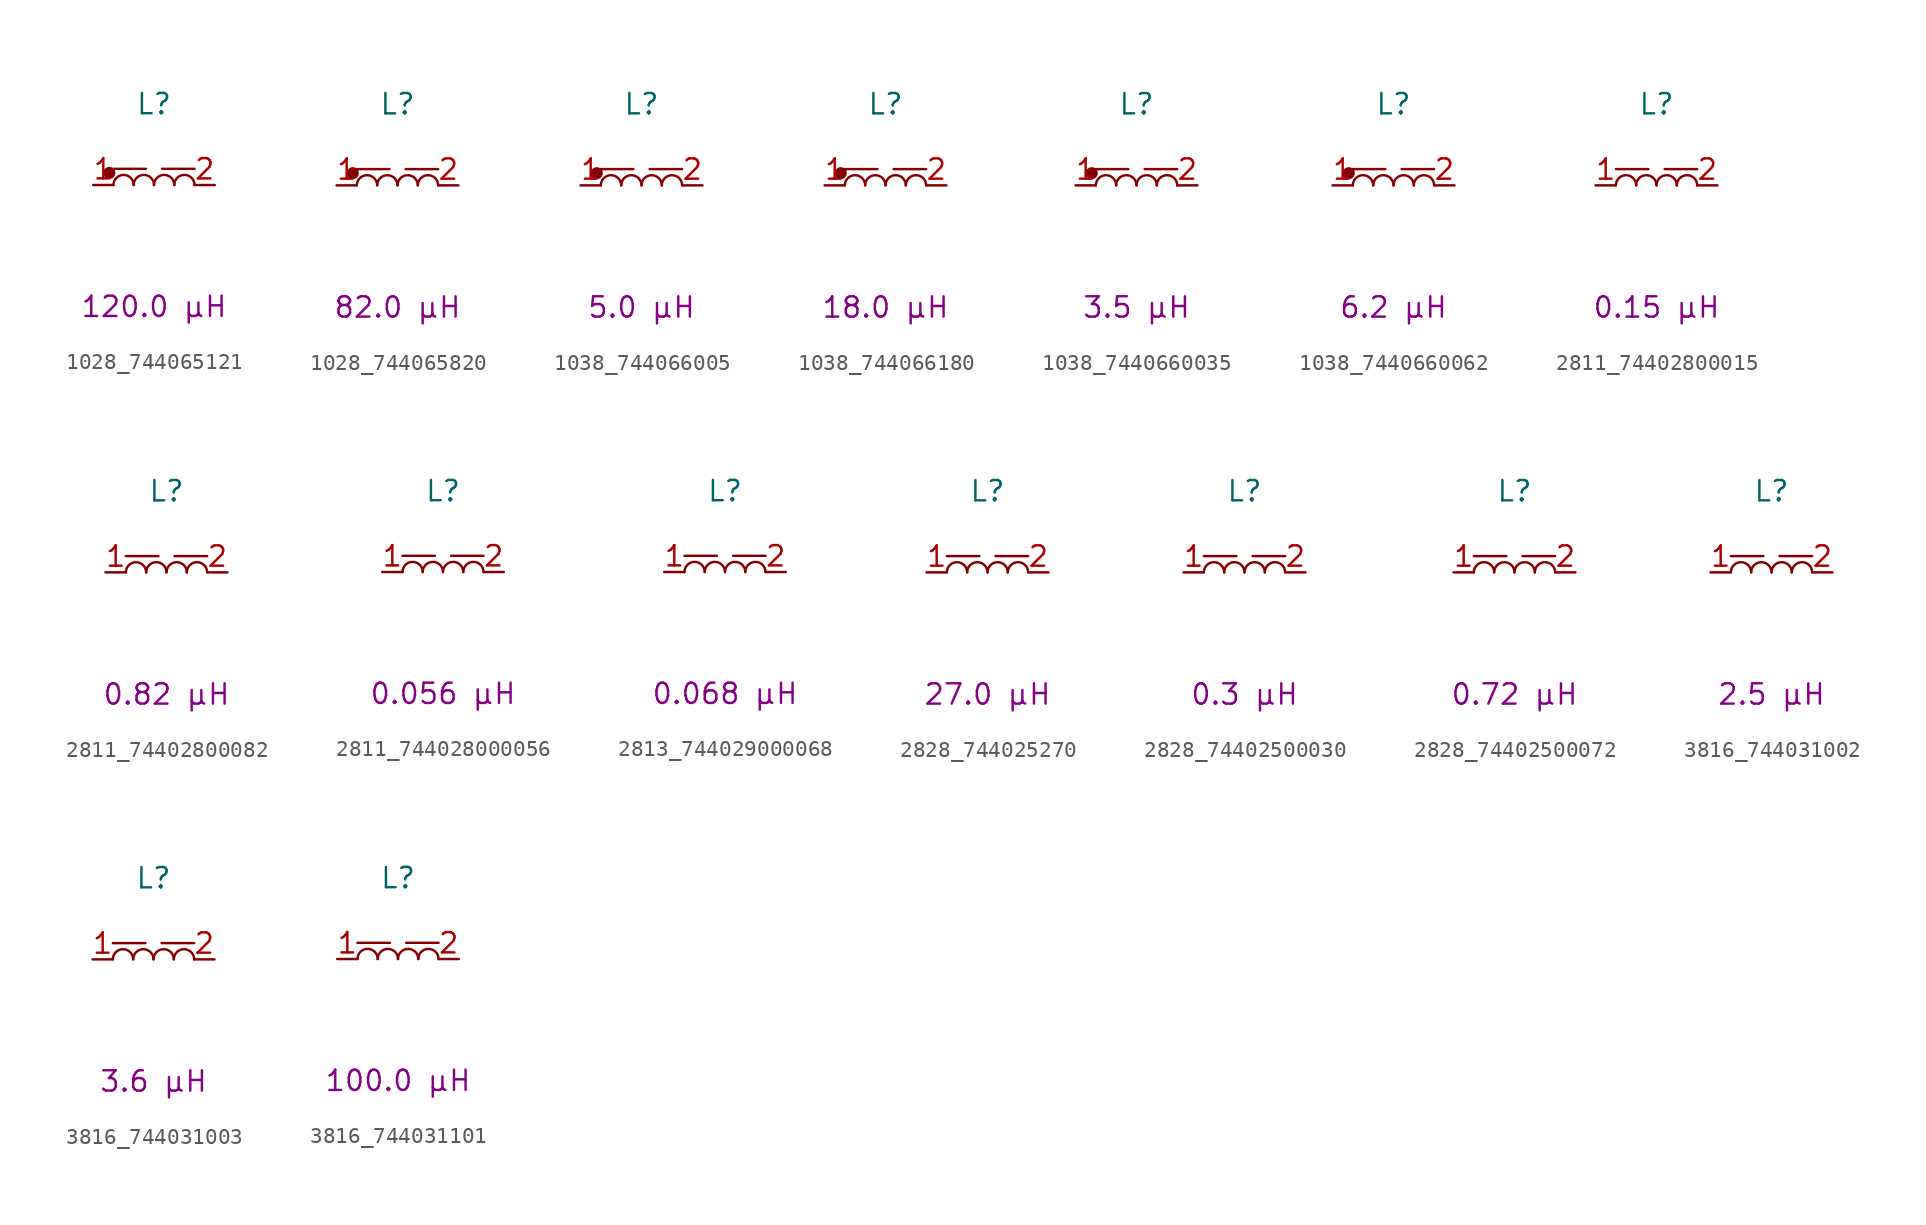
<source format=kicad_sym>
(kicad_symbol_lib
  (version 20220914)
  (generator kicad_symbol_editor)
  (symbol "1028_744065121"
    (pin_names hide)
    (property "Reference" "L"
      (at 0 5.08 0)
      (effects (font (size 1.27 1.27))))
    (property "Critical Parameter" "120.0 µH"
      (at 0 -7.62 0)
      (effects (font (size 1.27 1.27))))
    (symbol "1028_744065121_0_1"
      (arc (start -1.27 0) (mid -1.905 0.6323) (end -2.54 0) (stroke (width 0) (type default)) (fill (type none)))
      (arc (start 0 0) (mid -0.635 0.6323) (end -1.27 0) (stroke (width 0) (type default)) (fill (type none)))
      (polyline (pts (xy -2.54 1.016) (xy -0.508 1.016)) (stroke (width 0) (type default)) (fill (type none)))
      (arc (start 1.27 0) (mid 0.635 0.6323) (end 0 0) (stroke (width 0) (type default)) (fill (type none)))
      (arc (start 2.54 0) (mid 1.905 0.6323) (end 1.27 0) (stroke (width 0) (type default)) (fill (type none))))
    (symbol "1028_744065121_1_1"
      (circle (center -2.794 0.762) (radius 0.0001) (stroke (width 0.381) (type default)) (fill (type none)))
      (polyline (pts (xy 2.54 1.016) (xy 0.508 1.016)) (stroke (width 0) (type default)) (fill (type none)))
      (pin passive line (at -3.81 0 0) (length 1.27) (name "1" (effects (font (size 1.27 1.27)))) (number "1" (effects (font (size 1.27 1.27)))))
      (pin passive line (at 3.81 0 180) (length 1.27) (name "2" (effects (font (size 1.27 1.27)))) (number "2" (effects (font (size 1.27 1.27)))))))
  (symbol "1028_744065820"
    (pin_names hide)
    (property "Reference" "L"
      (at 0 5.08 0)
      (effects (font (size 1.27 1.27))))
    (property "Critical Parameter" "82.0 µH"
      (at 0 -7.62 0)
      (effects (font (size 1.27 1.27))))
    (symbol "1028_744065820_0_1"
      (arc (start -1.27 0) (mid -1.905 0.6323) (end -2.54 0) (stroke (width 0) (type default)) (fill (type none)))
      (arc (start 0 0) (mid -0.635 0.6323) (end -1.27 0) (stroke (width 0) (type default)) (fill (type none)))
      (polyline (pts (xy -2.54 1.016) (xy -0.508 1.016)) (stroke (width 0) (type default)) (fill (type none)))
      (arc (start 1.27 0) (mid 0.635 0.6323) (end 0 0) (stroke (width 0) (type default)) (fill (type none)))
      (arc (start 2.54 0) (mid 1.905 0.6323) (end 1.27 0) (stroke (width 0) (type default)) (fill (type none))))
    (symbol "1028_744065820_1_1"
      (circle (center -2.794 0.762) (radius 0.0001) (stroke (width 0.381) (type default)) (fill (type none)))
      (polyline (pts (xy 2.54 1.016) (xy 0.508 1.016)) (stroke (width 0) (type default)) (fill (type none)))
      (pin passive line (at -3.81 0 0) (length 1.27) (name "1" (effects (font (size 1.27 1.27)))) (number "1" (effects (font (size 1.27 1.27)))))
      (pin passive line (at 3.81 0 180) (length 1.27) (name "2" (effects (font (size 1.27 1.27)))) (number "2" (effects (font (size 1.27 1.27)))))))
  (symbol "1038_744066005"
    (pin_names hide)
    (property "Reference" "L"
      (at 0 5.08 0)
      (effects (font (size 1.27 1.27))))
    (property "Critical Parameter" "5.0 µH"
      (at 0 -7.62 0)
      (effects (font (size 1.27 1.27))))
    (symbol "1038_744066005_0_1"
      (arc (start -1.27 0) (mid -1.905 0.6323) (end -2.54 0) (stroke (width 0) (type default)) (fill (type none)))
      (arc (start 0 0) (mid -0.635 0.6323) (end -1.27 0) (stroke (width 0) (type default)) (fill (type none)))
      (polyline (pts (xy -2.54 1.016) (xy -0.508 1.016)) (stroke (width 0) (type default)) (fill (type none)))
      (arc (start 1.27 0) (mid 0.635 0.6323) (end 0 0) (stroke (width 0) (type default)) (fill (type none)))
      (arc (start 2.54 0) (mid 1.905 0.6323) (end 1.27 0) (stroke (width 0) (type default)) (fill (type none))))
    (symbol "1038_744066005_1_1"
      (circle (center -2.794 0.762) (radius 0.0001) (stroke (width 0.381) (type default)) (fill (type none)))
      (polyline (pts (xy 2.54 1.016) (xy 0.508 1.016)) (stroke (width 0) (type default)) (fill (type none)))
      (pin passive line (at -3.81 0 0) (length 1.27) (name "1" (effects (font (size 1.27 1.27)))) (number "1" (effects (font (size 1.27 1.27)))))
      (pin passive line (at 3.81 0 180) (length 1.27) (name "2" (effects (font (size 1.27 1.27)))) (number "2" (effects (font (size 1.27 1.27)))))))
  (symbol "1038_744066180"
    (pin_names hide)
    (property "Reference" "L"
      (at 0 5.08 0)
      (effects (font (size 1.27 1.27))))
    (property "Critical Parameter" "18.0 µH"
      (at 0 -7.62 0)
      (effects (font (size 1.27 1.27))))
    (symbol "1038_744066180_0_1"
      (arc (start -1.27 0) (mid -1.905 0.6323) (end -2.54 0) (stroke (width 0) (type default)) (fill (type none)))
      (arc (start 0 0) (mid -0.635 0.6323) (end -1.27 0) (stroke (width 0) (type default)) (fill (type none)))
      (polyline (pts (xy -2.54 1.016) (xy -0.508 1.016)) (stroke (width 0) (type default)) (fill (type none)))
      (arc (start 1.27 0) (mid 0.635 0.6323) (end 0 0) (stroke (width 0) (type default)) (fill (type none)))
      (arc (start 2.54 0) (mid 1.905 0.6323) (end 1.27 0) (stroke (width 0) (type default)) (fill (type none))))
    (symbol "1038_744066180_1_1"
      (circle (center -2.794 0.762) (radius 0.0001) (stroke (width 0.381) (type default)) (fill (type none)))
      (polyline (pts (xy 2.54 1.016) (xy 0.508 1.016)) (stroke (width 0) (type default)) (fill (type none)))
      (pin passive line (at -3.81 0 0) (length 1.27) (name "1" (effects (font (size 1.27 1.27)))) (number "1" (effects (font (size 1.27 1.27)))))
      (pin passive line (at 3.81 0 180) (length 1.27) (name "2" (effects (font (size 1.27 1.27)))) (number "2" (effects (font (size 1.27 1.27)))))))
  (symbol "1038_7440660035"
    (pin_names hide)
    (property "Reference" "L"
      (at 0 5.08 0)
      (effects (font (size 1.27 1.27))))
    (property "Critical Parameter" "3.5 µH"
      (at 0 -7.62 0)
      (effects (font (size 1.27 1.27))))
    (symbol "1038_7440660035_0_1"
      (arc (start -1.27 0) (mid -1.905 0.6323) (end -2.54 0) (stroke (width 0) (type default)) (fill (type none)))
      (arc (start 0 0) (mid -0.635 0.6323) (end -1.27 0) (stroke (width 0) (type default)) (fill (type none)))
      (polyline (pts (xy -2.54 1.016) (xy -0.508 1.016)) (stroke (width 0) (type default)) (fill (type none)))
      (arc (start 1.27 0) (mid 0.635 0.6323) (end 0 0) (stroke (width 0) (type default)) (fill (type none)))
      (arc (start 2.54 0) (mid 1.905 0.6323) (end 1.27 0) (stroke (width 0) (type default)) (fill (type none))))
    (symbol "1038_7440660035_1_1"
      (circle (center -2.794 0.762) (radius 0.0001) (stroke (width 0.381) (type default)) (fill (type none)))
      (polyline (pts (xy 2.54 1.016) (xy 0.508 1.016)) (stroke (width 0) (type default)) (fill (type none)))
      (pin passive line (at -3.81 0 0) (length 1.27) (name "1" (effects (font (size 1.27 1.27)))) (number "1" (effects (font (size 1.27 1.27)))))
      (pin passive line (at 3.81 0 180) (length 1.27) (name "2" (effects (font (size 1.27 1.27)))) (number "2" (effects (font (size 1.27 1.27)))))))
  (symbol "1038_7440660062"
    (pin_names hide)
    (property "Reference" "L"
      (at 0 5.08 0)
      (effects (font (size 1.27 1.27))))
    (property "Critical Parameter" "6.2 µH"
      (at 0 -7.62 0)
      (effects (font (size 1.27 1.27))))
    (symbol "1038_7440660062_0_1"
      (arc (start -1.27 0) (mid -1.905 0.6323) (end -2.54 0) (stroke (width 0) (type default)) (fill (type none)))
      (arc (start 0 0) (mid -0.635 0.6323) (end -1.27 0) (stroke (width 0) (type default)) (fill (type none)))
      (polyline (pts (xy -2.54 1.016) (xy -0.508 1.016)) (stroke (width 0) (type default)) (fill (type none)))
      (arc (start 1.27 0) (mid 0.635 0.6323) (end 0 0) (stroke (width 0) (type default)) (fill (type none)))
      (arc (start 2.54 0) (mid 1.905 0.6323) (end 1.27 0) (stroke (width 0) (type default)) (fill (type none))))
    (symbol "1038_7440660062_1_1"
      (circle (center -2.794 0.762) (radius 0.0001) (stroke (width 0.381) (type default)) (fill (type none)))
      (polyline (pts (xy 2.54 1.016) (xy 0.508 1.016)) (stroke (width 0) (type default)) (fill (type none)))
      (pin passive line (at -3.81 0 0) (length 1.27) (name "1" (effects (font (size 1.27 1.27)))) (number "1" (effects (font (size 1.27 1.27)))))
      (pin passive line (at 3.81 0 180) (length 1.27) (name "2" (effects (font (size 1.27 1.27)))) (number "2" (effects (font (size 1.27 1.27)))))))
  (symbol "2811_74402800015"
    (pin_names hide)
    (property "Reference" "L"
      (at 0 5.08 0)
      (effects (font (size 1.27 1.27))))
    (property "Critical Parameter" "0.15 µH"
      (at 0 -7.62 0)
      (effects (font (size 1.27 1.27))))
    (symbol "2811_74402800015_0_1"
      (arc (start -1.27 0) (mid -1.905 0.6323) (end -2.54 0) (stroke (width 0) (type default)) (fill (type none)))
      (arc (start 0 0) (mid -0.635 0.6323) (end -1.27 0) (stroke (width 0) (type default)) (fill (type none)))
      (polyline (pts (xy -2.54 1.016) (xy -0.508 1.016)) (stroke (width 0) (type default)) (fill (type none)))
      (arc (start 1.27 0) (mid 0.635 0.6323) (end 0 0) (stroke (width 0) (type default)) (fill (type none)))
      (arc (start 2.54 0) (mid 1.905 0.6323) (end 1.27 0) (stroke (width 0) (type default)) (fill (type none))))
    (symbol "2811_74402800015_1_1"
      (polyline (pts (xy 2.54 1.016) (xy 0.508 1.016)) (stroke (width 0) (type default)) (fill (type none)))
      (pin passive line (at -3.81 0 0) (length 1.27) (name "1" (effects (font (size 1.27 1.27)))) (number "1" (effects (font (size 1.27 1.27)))))
      (pin passive line (at 3.81 0 180) (length 1.27) (name "2" (effects (font (size 1.27 1.27)))) (number "2" (effects (font (size 1.27 1.27)))))))
  (symbol "2811_74402800082"
    (pin_names hide)
    (property "Reference" "L"
      (at 0 5.08 0)
      (effects (font (size 1.27 1.27))))
    (property "Critical Parameter" "0.82 µH"
      (at 0 -7.62 0)
      (effects (font (size 1.27 1.27))))
    (symbol "2811_74402800082_0_1"
      (arc (start -1.27 0) (mid -1.905 0.6323) (end -2.54 0) (stroke (width 0) (type default)) (fill (type none)))
      (arc (start 0 0) (mid -0.635 0.6323) (end -1.27 0) (stroke (width 0) (type default)) (fill (type none)))
      (polyline (pts (xy -2.54 1.016) (xy -0.508 1.016)) (stroke (width 0) (type default)) (fill (type none)))
      (arc (start 1.27 0) (mid 0.635 0.6323) (end 0 0) (stroke (width 0) (type default)) (fill (type none)))
      (arc (start 2.54 0) (mid 1.905 0.6323) (end 1.27 0) (stroke (width 0) (type default)) (fill (type none))))
    (symbol "2811_74402800082_1_1"
      (polyline (pts (xy 2.54 1.016) (xy 0.508 1.016)) (stroke (width 0) (type default)) (fill (type none)))
      (pin passive line (at -3.81 0 0) (length 1.27) (name "1" (effects (font (size 1.27 1.27)))) (number "1" (effects (font (size 1.27 1.27)))))
      (pin passive line (at 3.81 0 180) (length 1.27) (name "2" (effects (font (size 1.27 1.27)))) (number "2" (effects (font (size 1.27 1.27)))))))
  (symbol "2811_744028000056"
    (pin_names hide)
    (property "Reference" "L"
      (at 0 5.08 0)
      (effects (font (size 1.27 1.27))))
    (property "Critical Parameter" "0.056 µH"
      (at 0 -7.62 0)
      (effects (font (size 1.27 1.27))))
    (symbol "2811_744028000056_0_1"
      (arc (start -1.27 0) (mid -1.905 0.6323) (end -2.54 0) (stroke (width 0) (type default)) (fill (type none)))
      (arc (start 0 0) (mid -0.635 0.6323) (end -1.27 0) (stroke (width 0) (type default)) (fill (type none)))
      (polyline (pts (xy -2.54 1.016) (xy -0.508 1.016)) (stroke (width 0) (type default)) (fill (type none)))
      (arc (start 1.27 0) (mid 0.635 0.6323) (end 0 0) (stroke (width 0) (type default)) (fill (type none)))
      (arc (start 2.54 0) (mid 1.905 0.6323) (end 1.27 0) (stroke (width 0) (type default)) (fill (type none))))
    (symbol "2811_744028000056_1_1"
      (polyline (pts (xy 2.54 1.016) (xy 0.508 1.016)) (stroke (width 0) (type default)) (fill (type none)))
      (pin passive line (at -3.81 0 0) (length 1.27) (name "1" (effects (font (size 1.27 1.27)))) (number "1" (effects (font (size 1.27 1.27)))))
      (pin passive line (at 3.81 0 180) (length 1.27) (name "2" (effects (font (size 1.27 1.27)))) (number "2" (effects (font (size 1.27 1.27)))))))
  (symbol "2813_744029000068"
    (pin_names hide)
    (property "Reference" "L"
      (at 0 5.08 0)
      (effects (font (size 1.27 1.27))))
    (property "Critical Parameter" "0.068 µH"
      (at 0 -7.62 0)
      (effects (font (size 1.27 1.27))))
    (symbol "2813_744029000068_0_1"
      (arc (start -1.27 0) (mid -1.905 0.6323) (end -2.54 0) (stroke (width 0) (type default)) (fill (type none)))
      (arc (start 0 0) (mid -0.635 0.6323) (end -1.27 0) (stroke (width 0) (type default)) (fill (type none)))
      (polyline (pts (xy -2.54 1.016) (xy -0.508 1.016)) (stroke (width 0) (type default)) (fill (type none)))
      (arc (start 1.27 0) (mid 0.635 0.6323) (end 0 0) (stroke (width 0) (type default)) (fill (type none)))
      (arc (start 2.54 0) (mid 1.905 0.6323) (end 1.27 0) (stroke (width 0) (type default)) (fill (type none))))
    (symbol "2813_744029000068_1_1"
      (polyline (pts (xy 2.54 1.016) (xy 0.508 1.016)) (stroke (width 0) (type default)) (fill (type none)))
      (pin passive line (at -3.81 0 0) (length 1.27) (name "1" (effects (font (size 1.27 1.27)))) (number "1" (effects (font (size 1.27 1.27)))))
      (pin passive line (at 3.81 0 180) (length 1.27) (name "2" (effects (font (size 1.27 1.27)))) (number "2" (effects (font (size 1.27 1.27)))))))
  (symbol "2828_744025270"
    (pin_names hide)
    (property "Reference" "L"
      (at 0 5.08 0)
      (effects (font (size 1.27 1.27))))
    (property "Critical Parameter" "27.0 µH"
      (at 0 -7.62 0)
      (effects (font (size 1.27 1.27))))
    (symbol "2828_744025270_0_1"
      (arc (start -1.27 0) (mid -1.905 0.6323) (end -2.54 0) (stroke (width 0) (type default)) (fill (type none)))
      (arc (start 0 0) (mid -0.635 0.6323) (end -1.27 0) (stroke (width 0) (type default)) (fill (type none)))
      (polyline (pts (xy -2.54 1.016) (xy -0.508 1.016)) (stroke (width 0) (type default)) (fill (type none)))
      (arc (start 1.27 0) (mid 0.635 0.6323) (end 0 0) (stroke (width 0) (type default)) (fill (type none)))
      (arc (start 2.54 0) (mid 1.905 0.6323) (end 1.27 0) (stroke (width 0) (type default)) (fill (type none))))
    (symbol "2828_744025270_1_1"
      (polyline (pts (xy 2.54 1.016) (xy 0.508 1.016)) (stroke (width 0) (type default)) (fill (type none)))
      (pin passive line (at -3.81 0 0) (length 1.27) (name "1" (effects (font (size 1.27 1.27)))) (number "1" (effects (font (size 1.27 1.27)))))
      (pin passive line (at 3.81 0 180) (length 1.27) (name "2" (effects (font (size 1.27 1.27)))) (number "2" (effects (font (size 1.27 1.27)))))))
  (symbol "2828_74402500030"
    (pin_names hide)
    (property "Reference" "L"
      (at 0 5.08 0)
      (effects (font (size 1.27 1.27))))
    (property "Critical Parameter" "0.3 µH"
      (at 0 -7.62 0)
      (effects (font (size 1.27 1.27))))
    (symbol "2828_74402500030_0_1"
      (arc (start -1.27 0) (mid -1.905 0.6323) (end -2.54 0) (stroke (width 0) (type default)) (fill (type none)))
      (arc (start 0 0) (mid -0.635 0.6323) (end -1.27 0) (stroke (width 0) (type default)) (fill (type none)))
      (polyline (pts (xy -2.54 1.016) (xy -0.508 1.016)) (stroke (width 0) (type default)) (fill (type none)))
      (arc (start 1.27 0) (mid 0.635 0.6323) (end 0 0) (stroke (width 0) (type default)) (fill (type none)))
      (arc (start 2.54 0) (mid 1.905 0.6323) (end 1.27 0) (stroke (width 0) (type default)) (fill (type none))))
    (symbol "2828_74402500030_1_1"
      (polyline (pts (xy 2.54 1.016) (xy 0.508 1.016)) (stroke (width 0) (type default)) (fill (type none)))
      (pin passive line (at -3.81 0 0) (length 1.27) (name "1" (effects (font (size 1.27 1.27)))) (number "1" (effects (font (size 1.27 1.27)))))
      (pin passive line (at 3.81 0 180) (length 1.27) (name "2" (effects (font (size 1.27 1.27)))) (number "2" (effects (font (size 1.27 1.27)))))))
  (symbol "2828_74402500072"
    (pin_names hide)
    (property "Reference" "L"
      (at 0 5.08 0)
      (effects (font (size 1.27 1.27))))
    (property "Critical Parameter" "0.72 µH"
      (at 0 -7.62 0)
      (effects (font (size 1.27 1.27))))
    (symbol "2828_74402500072_0_1"
      (arc (start -1.27 0) (mid -1.905 0.6323) (end -2.54 0) (stroke (width 0) (type default)) (fill (type none)))
      (arc (start 0 0) (mid -0.635 0.6323) (end -1.27 0) (stroke (width 0) (type default)) (fill (type none)))
      (polyline (pts (xy -2.54 1.016) (xy -0.508 1.016)) (stroke (width 0) (type default)) (fill (type none)))
      (arc (start 1.27 0) (mid 0.635 0.6323) (end 0 0) (stroke (width 0) (type default)) (fill (type none)))
      (arc (start 2.54 0) (mid 1.905 0.6323) (end 1.27 0) (stroke (width 0) (type default)) (fill (type none))))
    (symbol "2828_74402500072_1_1"
      (polyline (pts (xy 2.54 1.016) (xy 0.508 1.016)) (stroke (width 0) (type default)) (fill (type none)))
      (pin passive line (at -3.81 0 0) (length 1.27) (name "1" (effects (font (size 1.27 1.27)))) (number "1" (effects (font (size 1.27 1.27)))))
      (pin passive line (at 3.81 0 180) (length 1.27) (name "2" (effects (font (size 1.27 1.27)))) (number "2" (effects (font (size 1.27 1.27)))))))
  (symbol "3816_744031002"
    (pin_names hide)
    (property "Reference" "L"
      (at 0 5.08 0)
      (effects (font (size 1.27 1.27))))
    (property "Critical Parameter" "2.5 µH"
      (at 0 -7.62 0)
      (effects (font (size 1.27 1.27))))
    (symbol "3816_744031002_0_1"
      (arc (start -1.27 0) (mid -1.905 0.6323) (end -2.54 0) (stroke (width 0) (type default)) (fill (type none)))
      (arc (start 0 0) (mid -0.635 0.6323) (end -1.27 0) (stroke (width 0) (type default)) (fill (type none)))
      (polyline (pts (xy -2.54 1.016) (xy -0.508 1.016)) (stroke (width 0) (type default)) (fill (type none)))
      (arc (start 1.27 0) (mid 0.635 0.6323) (end 0 0) (stroke (width 0) (type default)) (fill (type none)))
      (arc (start 2.54 0) (mid 1.905 0.6323) (end 1.27 0) (stroke (width 0) (type default)) (fill (type none))))
    (symbol "3816_744031002_1_1"
      (polyline (pts (xy 2.54 1.016) (xy 0.508 1.016)) (stroke (width 0) (type default)) (fill (type none)))
      (pin passive line (at -3.81 0 0) (length 1.27) (name "1" (effects (font (size 1.27 1.27)))) (number "1" (effects (font (size 1.27 1.27)))))
      (pin passive line (at 3.81 0 180) (length 1.27) (name "2" (effects (font (size 1.27 1.27)))) (number "2" (effects (font (size 1.27 1.27)))))))
  (symbol "3816_744031003"
    (pin_names hide)
    (property "Reference" "L"
      (at 0 5.08 0)
      (effects (font (size 1.27 1.27))))
    (property "Critical Parameter" "3.6 µH"
      (at 0 -7.62 0)
      (effects (font (size 1.27 1.27))))
    (symbol "3816_744031003_0_1"
      (arc (start -1.27 0) (mid -1.905 0.6323) (end -2.54 0) (stroke (width 0) (type default)) (fill (type none)))
      (arc (start 0 0) (mid -0.635 0.6323) (end -1.27 0) (stroke (width 0) (type default)) (fill (type none)))
      (polyline (pts (xy -2.54 1.016) (xy -0.508 1.016)) (stroke (width 0) (type default)) (fill (type none)))
      (arc (start 1.27 0) (mid 0.635 0.6323) (end 0 0) (stroke (width 0) (type default)) (fill (type none)))
      (arc (start 2.54 0) (mid 1.905 0.6323) (end 1.27 0) (stroke (width 0) (type default)) (fill (type none))))
    (symbol "3816_744031003_1_1"
      (polyline (pts (xy 2.54 1.016) (xy 0.508 1.016)) (stroke (width 0) (type default)) (fill (type none)))
      (pin passive line (at -3.81 0 0) (length 1.27) (name "1" (effects (font (size 1.27 1.27)))) (number "1" (effects (font (size 1.27 1.27)))))
      (pin passive line (at 3.81 0 180) (length 1.27) (name "2" (effects (font (size 1.27 1.27)))) (number "2" (effects (font (size 1.27 1.27)))))))
  (symbol "3816_744031101"
    (pin_names hide)
    (property "Reference" "L"
      (at 0 5.08 0)
      (effects (font (size 1.27 1.27))))
    (property "Critical Parameter" "100.0 µH"
      (at 0 -7.62 0)
      (effects (font (size 1.27 1.27))))
    (symbol "3816_744031101_0_1"
      (arc (start -1.27 0) (mid -1.905 0.6323) (end -2.54 0) (stroke (width 0) (type default)) (fill (type none)))
      (arc (start 0 0) (mid -0.635 0.6323) (end -1.27 0) (stroke (width 0) (type default)) (fill (type none)))
      (polyline (pts (xy -2.54 1.016) (xy -0.508 1.016)) (stroke (width 0) (type default)) (fill (type none)))
      (arc (start 1.27 0) (mid 0.635 0.6323) (end 0 0) (stroke (width 0) (type default)) (fill (type none)))
      (arc (start 2.54 0) (mid 1.905 0.6323) (end 1.27 0) (stroke (width 0) (type default)) (fill (type none))))
    (symbol "3816_744031101_1_1"
      (polyline (pts (xy 2.54 1.016) (xy 0.508 1.016)) (stroke (width 0) (type default)) (fill (type none)))
      (pin passive line (at -3.81 0 0) (length 1.27) (name "1" (effects (font (size 1.27 1.27)))) (number "1" (effects (font (size 1.27 1.27)))))
      (pin passive line (at 3.81 0 180) (length 1.27) (name "2" (effects (font (size 1.27 1.27)))) (number "2" (effects (font (size 1.27 1.27))))))))
</source>
